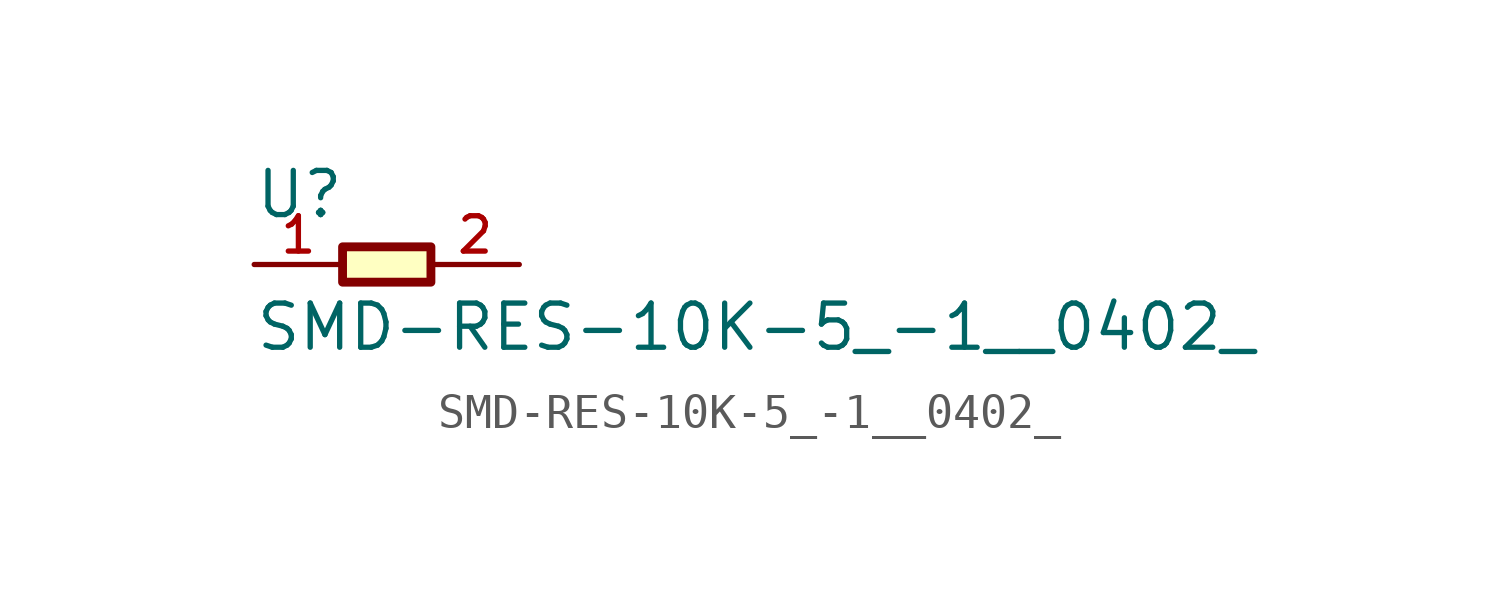
<source format=kicad_sym>
(kicad_symbol_lib
  (version 20211014)
  (generator kicad_symbol_editor)
  (symbol "SMD-RES-10K-5_-1__0402_"
    (pin_names
      (offset 1.016))
    (property "Reference" "U"
      (at -3.815 1.272 0)
      (effects (font (size 1.27 1.27)) (justify bottom left)))
    (property "Value" "SMD-RES-10K-5_-1__0402_"
      (at -3.812 -2.542 0)
      (effects (font (size 1.27 1.27)) (justify bottom left)))
    (symbol "SMD-RES-10K-5_-1__0402__0_0"
      (rectangle (start -1.27 -0.508) (end 1.27 0.508) (stroke (width 0.254)) (fill (type background)))
      (pin passive line (at -3.81 0.0 0) (length 2.54) (name "~" (effects (font (size 1.016 1.016)))) (number "1" (effects (font (size 1.016 1.016)))))
      (pin passive line (at 3.81 0.0 180.0) (length 2.54) (name "~" (effects (font (size 1.016 1.016)))) (number "2" (effects (font (size 1.016 1.016))))))))
</source>
